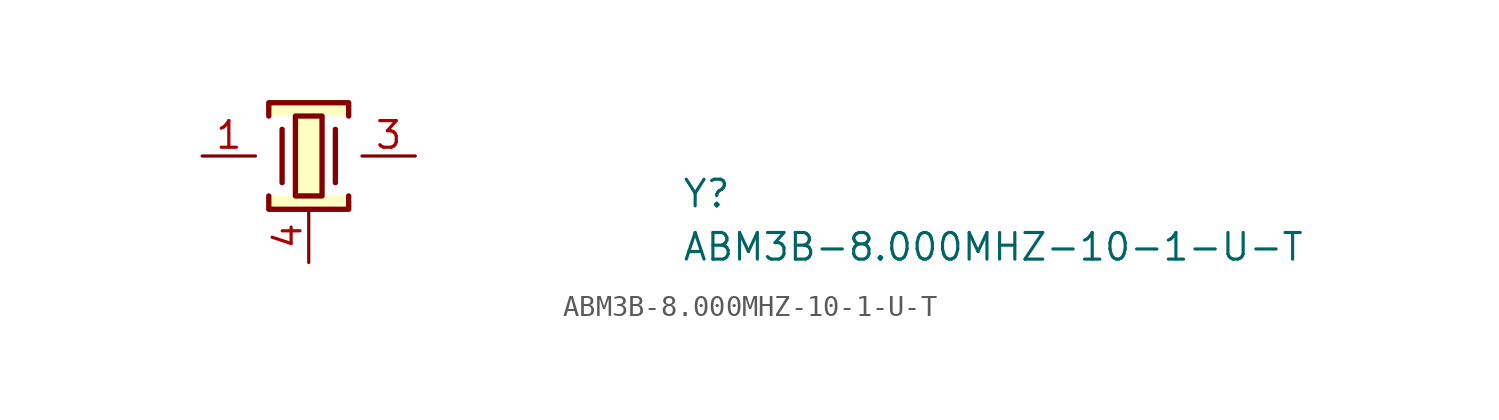
<source format=kicad_sym>
(kicad_symbol_lib
  (version 20211014)
  (generator kicad_symbol_editor)
  (symbol "ABM3B-8.000MHZ-10-1-U-T"
    (property "Reference" "Y"
      (at 22.86 -2.54 0)
      (effects (font (size 1.27 1.27) (thickness 0.15)) (justify left bottom)))
    (property "Value" "ABM3B-8.000MHZ-10-1-U-T"
      (at 22.86 -5.08 0)
      (effects (font (size 1.27 1.27) (thickness 0.15)) (justify left bottom)))
    (symbol "ABM3B-8.000MHZ-10-1-U-T_1_1"
      (polyline (pts (xy 3.81 1.27) (xy 3.81 -1.27)) (stroke (width 0.254) (type default) (color 0 0 0 0)) (fill (type background)))
      (polyline (pts (xy 6.35 1.27) (xy 6.35 -1.27)) (stroke (width 0.254) (type default) (color 0 0 0 0)) (fill (type background)))
      (polyline (pts (xy 3.175 -1.905) (xy 3.175 -2.54) (xy 6.985 -2.54) (xy 6.985 -1.905)) (stroke (width 0.254) (type default) (color 0 0 0 0)) (fill (type background)))
      (polyline (pts (xy 3.175 1.905) (xy 3.175 2.54) (xy 6.985 2.54) (xy 6.985 1.905)) (stroke (width 0.254) (type default) (color 0 0 0 0)) (fill (type background)))
      (rectangle (start 4.445 1.905) (end 5.715 -1.905) (stroke (width 0.254) (type default) (color 0 0 0 0)) (fill (type background)))
      (pin output line (at 0 0 0) (length 2.54) (name "~" (effects (font (size 1.27 1.27)))) (number "1" (effects (font (size 1.27 1.27)))))
      (pin power_in line (at 5.08 -5.08 90) (length 2.54) hide (name "~" (effects (font (size 1.27 1.27)))) (number "2" (effects (font (size 1.27 1.27)))))
      (pin output line (at 10.16 0 180) (length 2.54) (name "~" (effects (font (size 1.27 1.27)))) (number "3" (effects (font (size 1.27 1.27)))))
      (pin power_in line (at 5.08 -5.08 90) (length 2.54) (name "~" (effects (font (size 1.27 1.27)))) (number "4" (effects (font (size 1.27 1.27))))))))
</source>
